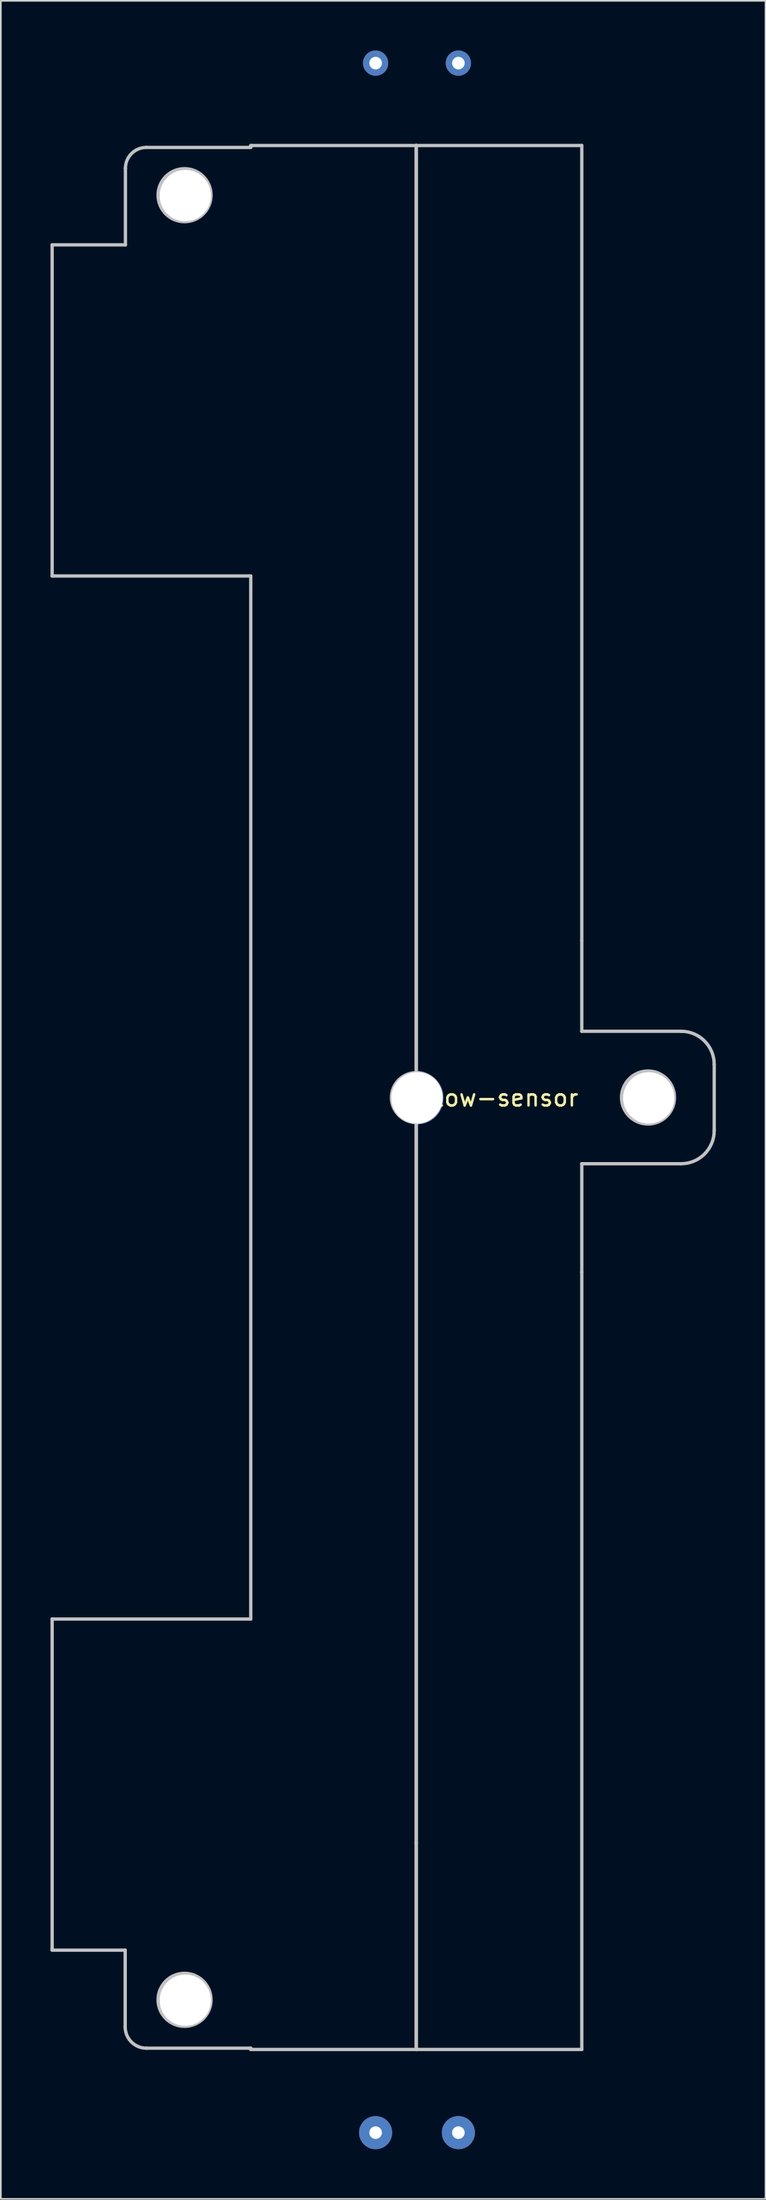
<source format=kicad_pcb>
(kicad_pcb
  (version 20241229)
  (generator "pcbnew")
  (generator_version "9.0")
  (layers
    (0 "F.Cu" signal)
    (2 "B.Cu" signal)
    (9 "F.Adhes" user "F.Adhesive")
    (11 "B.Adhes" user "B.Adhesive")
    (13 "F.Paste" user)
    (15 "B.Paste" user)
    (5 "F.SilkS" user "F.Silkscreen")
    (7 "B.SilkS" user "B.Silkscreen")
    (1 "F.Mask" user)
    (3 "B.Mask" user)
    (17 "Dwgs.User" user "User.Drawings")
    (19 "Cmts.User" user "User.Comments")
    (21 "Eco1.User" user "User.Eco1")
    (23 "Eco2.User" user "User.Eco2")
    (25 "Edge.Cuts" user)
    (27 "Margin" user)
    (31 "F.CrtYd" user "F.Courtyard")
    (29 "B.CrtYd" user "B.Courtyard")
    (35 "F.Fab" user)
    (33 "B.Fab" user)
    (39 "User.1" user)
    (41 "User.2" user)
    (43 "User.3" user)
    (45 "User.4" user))
  (footprint "Flow-sensor"
    (layer "F.Cu")
    (at 22.143 63.262)
    (property "Reference" "Flow-sensor" (at 5 0 0) (layer "F.SilkS") (effects (font (size 1 1) (thickness 0.15))))
    (attr through_hole)
    (fp_line (start -22.043 -51.523) (end -17.615 -51.523) (stroke (width 0.2) (type solid)) (layer "Dwgs.User"))
    (fp_line (start -22.043 -31.523) (end -22.043 -51.523) (stroke (width 0.2) (type solid)) (layer "Dwgs.User"))
    (fp_line (start -22.043 31.477) (end -10.043 31.477) (stroke (width 0.2) (type solid)) (layer "Dwgs.User"))
    (fp_line (start -22.043 51.477) (end -22.043 31.477) (stroke (width 0.2) (type solid)) (layer "Dwgs.User"))
    (fp_line (start -17.629 51.477) (end -22.043 51.477) (stroke (width 0.2) (type solid)) (layer "Dwgs.User"))
    (fp_line (start -17.629 56.117) (end -17.629 51.477) (stroke (width 0.2) (type solid)) (layer "Dwgs.User"))
    (fp_line (start -17.615 -51.523) (end -17.615 -56.146) (stroke (width 0.2) (type solid)) (layer "Dwgs.User"))
    (fp_line (start -16.355 -57.407) (end -10.043 -57.407) (stroke (width 0.2) (type solid)) (layer "Dwgs.User"))
    (fp_line (start -10.043 -57.523) (end -0.043 -57.523) (stroke (width 0.2) (type solid)) (layer "Dwgs.User"))
    (fp_line (start -10.043 -57.407) (end -10.043 -57.523) (stroke (width 0.2) (type solid)) (layer "Dwgs.User"))
    (fp_line (start -10.043 -31.523) (end -22.043 -31.523) (stroke (width 0.2) (type solid)) (layer "Dwgs.User"))
    (fp_line (start -10.043 31.477) (end -10.043 -31.523) (stroke (width 0.2) (type solid)) (layer "Dwgs.User"))
    (fp_line (start -10.043 57.399) (end -16.348 57.399) (stroke (width 0.2) (type solid)) (layer "Dwgs.User"))
    (fp_line (start -10.043 57.477) (end -10.043 57.399) (stroke (width 0.2) (type solid)) (layer "Dwgs.User"))
    (fp_line (start -0.043 -57.523) (end -0.043 -1.523) (stroke (width 0.2) (type solid)) (layer "Dwgs.User"))
    (fp_line (start -0.043 -57.523) (end -0.043 -1.523) (stroke (width 0.2) (type solid)) (layer "Dwgs.User"))
    (fp_line (start -0.043 1.477) (end -0.043 44.977) (stroke (width 0.2) (type solid)) (layer "Dwgs.User"))
    (fp_line (start -0.043 1.477) (end -0.043 44.977) (stroke (width 0.2) (type solid)) (layer "Dwgs.User"))
    (fp_line (start -0.043 44.977) (end -0.043 57.477) (stroke (width 0.2) (type solid)) (layer "Dwgs.User"))
    (fp_line (start -0.043 44.977) (end -0.043 57.477) (stroke (width 0.2) (type solid)) (layer "Dwgs.User"))
    (fp_line (start -0.043 57.477) (end -10.043 57.477) (stroke (width 0.2) (type solid)) (layer "Dwgs.User"))
    (fp_line (start -0.043 57.477) (end 9.957 57.477) (stroke (width 0.2) (type solid)) (layer "Dwgs.User"))
    (fp_line (start 9.957 -57.523) (end -0.043 -57.523) (stroke (width 0.2) (type solid)) (layer "Dwgs.User"))
    (fp_line (start 9.957 -9.5) (end 9.957 -57.523) (stroke (width 0.2) (type solid)) (layer "Dwgs.User"))
    (fp_line (start 9.957 -4.023) (end 9.957 -9.5) (stroke (width 0.2) (type solid)) (layer "Dwgs.User"))
    (fp_line (start 9.957 3.977) (end 15.957 3.977) (stroke (width 0.2) (type solid)) (layer "Dwgs.User"))
    (fp_line (start 9.957 10.529) (end 9.957 3.977) (stroke (width 0.2) (type solid)) (layer "Dwgs.User"))
    (fp_line (start 9.957 57.477) (end 9.957 10.529) (stroke (width 0.2) (type solid)) (layer "Dwgs.User"))
    (fp_line (start 15.957 -4.023) (end 9.957 -4.023) (stroke (width 0.2) (type solid)) (layer "Dwgs.User"))
    (fp_line (start 17.957 1.977) (end 17.957 -2.023) (stroke (width 0.2) (type solid)) (layer "Dwgs.User"))
    (fp_arc (start -17.615247 -56.146276) (mid -17.246103 -57.037468) (end -16.354911 -57.406612) (stroke (width 0.2) (type solid)) (layer "Dwgs.User"))
    (fp_arc (start -16.347918 57.398533) (mid -17.253944 57.023245) (end -17.629232 56.117219) (stroke (width 0.2) (type solid)) (layer "Dwgs.User"))
    (fp_arc (start -0.0432 -1.523269) (mid 1.01746 -1.083929) (end 1.4568 -0.023269) (stroke (width 0.2) (type solid)) (layer "Dwgs.User"))
    (fp_arc (start -0.0432 1.47673) (mid -1.543199 -0.023269) (end -0.0432 -1.523268) (stroke (width 0.2) (type solid)) (layer "Dwgs.User"))
    (fp_arc (start 1.456799 -0.023269) (mid 1.017459 1.03739) (end -0.0432 1.47673) (stroke (width 0.2) (type solid)) (layer "Dwgs.User"))
    (fp_arc (start 15.956799 -4.023268) (mid 17.371013 -3.437482) (end 17.9568 -2.023269) (stroke (width 0.2) (type solid)) (layer "Dwgs.User"))
    (fp_arc (start 17.956801 1.976731) (mid 17.371014 3.390945) (end 15.956799 3.976731) (stroke (width 0.2) (type solid)) (layer "Dwgs.User"))
    (fp_circle (center -14.043 -54.523) (end -12.443 -54.523) (stroke (width 0.2) (type solid)) (fill no) (layer "Dwgs.User"))
    (fp_circle (center -14.043 54.477) (end -12.443 54.477) (stroke (width 0.2) (type solid)) (fill no) (layer "Dwgs.User"))
    (fp_circle (center 13.957 -0.023) (end 15.557 -0.023) (stroke (width 0.2) (type solid)) (fill no) (layer "Dwgs.User"))
    (pad "" thru_hole circle (at -14 -54.5) (size 3.2 3.2) (drill 3.1) (layers "*.Cu" "*.Mask"))
    (pad "" thru_hole circle (at -14 54.5) (size 3.2 3.2) (drill 3.1) (layers "*.Cu" "*.Mask"))
    (pad "" thru_hole circle (at 0 0) (size 3.2 3.2) (drill 3.1) (layers "*.Cu" "*.Mask"))
    (pad "" thru_hole circle (at 14 0) (size 3.2 3.2) (drill 3.1) (layers "*.Cu" "*.Mask"))
    (pad "1" thru_hole circle (at -2.5 -62.5) (size 1.524 1.524) (drill 0.762) (layers "*.Cu" "*.Mask"))
    (pad "2" thru_hole circle (at 2.5 -62.5) (size 1.524 1.524) (drill 0.762) (layers "*.Cu" "*.Mask"))
    (pad "3" thru_hole circle (at -2.5 62.5) (size 2 2) (drill 0.762) (layers "*.Cu" "*.Mask"))
    (pad "4" thru_hole circle (at 2.5 62.5) (size 2 2) (drill 0.762) (layers "*.Cu" "*.Mask")))
  (gr_rect
    (start -3 -3)
    (end 43.2 129.762)
    (stroke (width 0.1) (type default))
    (fill no)
    (layer "Edge.Cuts")))
</source>
